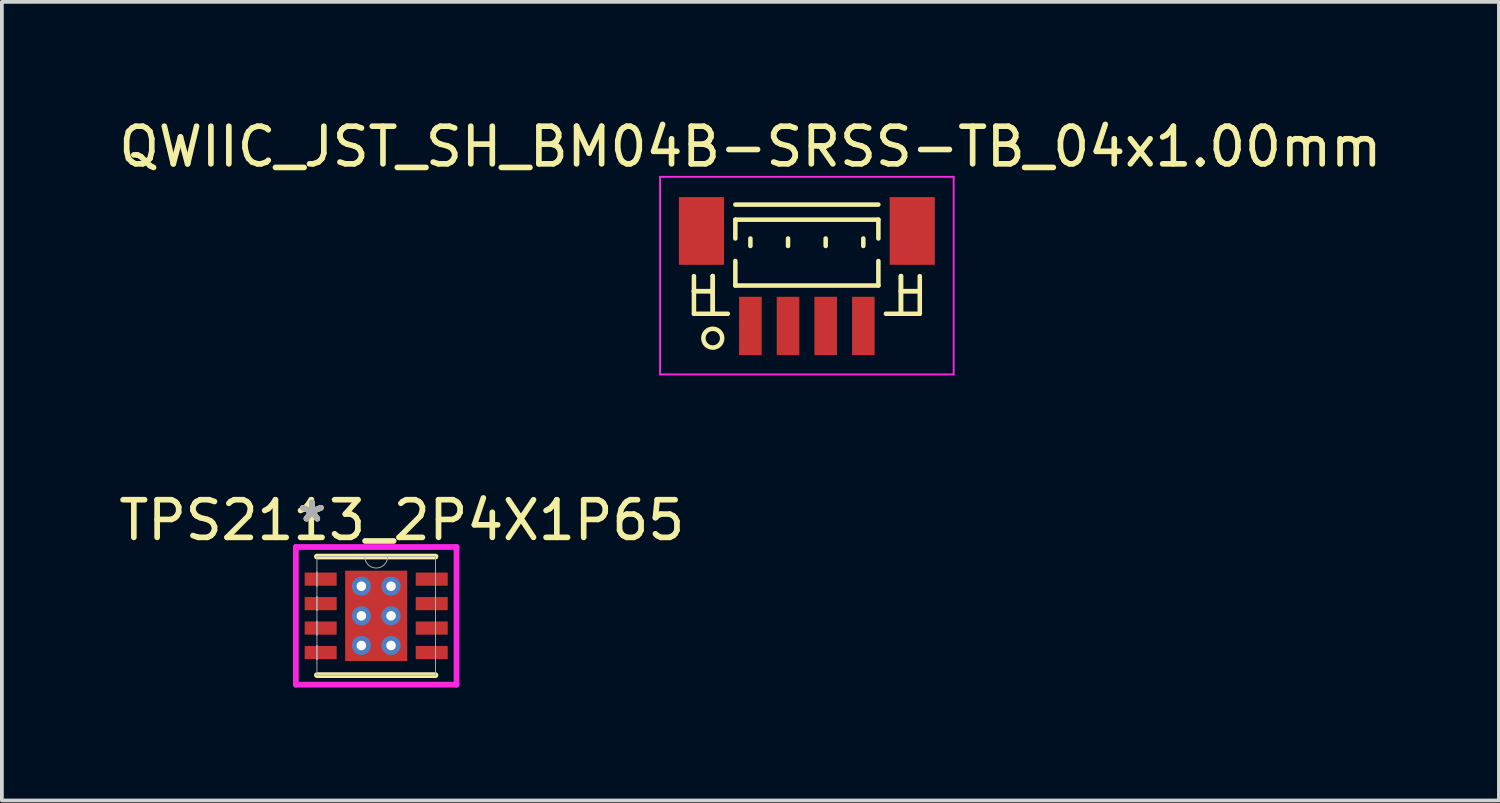
<source format=kicad_pcb>
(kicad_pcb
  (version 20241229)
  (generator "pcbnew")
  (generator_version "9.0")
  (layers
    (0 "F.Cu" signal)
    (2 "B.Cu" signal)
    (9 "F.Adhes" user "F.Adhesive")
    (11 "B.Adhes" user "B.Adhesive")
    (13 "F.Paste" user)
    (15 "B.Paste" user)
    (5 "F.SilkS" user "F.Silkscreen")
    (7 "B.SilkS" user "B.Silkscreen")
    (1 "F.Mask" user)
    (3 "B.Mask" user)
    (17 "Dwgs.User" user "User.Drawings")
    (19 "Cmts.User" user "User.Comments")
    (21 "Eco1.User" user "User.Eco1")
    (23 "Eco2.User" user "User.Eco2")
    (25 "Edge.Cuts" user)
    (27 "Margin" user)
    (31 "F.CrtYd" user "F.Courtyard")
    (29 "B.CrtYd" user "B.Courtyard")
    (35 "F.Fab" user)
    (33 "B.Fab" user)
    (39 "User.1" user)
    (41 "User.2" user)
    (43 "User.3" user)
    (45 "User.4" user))
  (footprint "TPS2113_2P4X1P65"
    (layer "F.Cu")
    (at 6.945 13.312)
    (property "Reference" "TPS2113_2P4X1P65" (at 0.68 -2.54 0) (unlocked yes) (layer "F.SilkS") (effects (font (size 1 1) (thickness 0.15))))
    (attr smd)
    (fp_poly (pts (xy -1.97 -1.22) (xy -1.97 -0.73) (xy -0.98 -0.73) (xy -0.98 -1.22)) (stroke (width 0) (type solid)) (fill yes) (layer "F.Mask"))
    (fp_poly (pts (xy -1.97 -0.57) (xy -1.97 -0.08) (xy -0.98 -0.08) (xy -0.98 -0.57)) (stroke (width 0) (type solid)) (fill yes) (layer "F.Mask"))
    (fp_poly (pts (xy -1.97 0.08) (xy -1.97 0.57) (xy -0.98 0.57) (xy -0.98 0.08)) (stroke (width 0) (type solid)) (fill yes) (layer "F.Mask"))
    (fp_poly (pts (xy -1.97 0.73) (xy -1.97 1.22) (xy -0.98 1.22) (xy -0.98 0.73)) (stroke (width 0) (type solid)) (fill yes) (layer "F.Mask"))
    (fp_poly (pts (xy -0.888 -1.264) (xy -0.594 -1.264) (xy -0.594 1.264) (xy -0.888 1.264)) (stroke (width 0) (type solid)) (fill yes) (layer "F.Mask"))
    (fp_poly (pts (xy -0.888 -1.264) (xy 0.888 -1.264) (xy 0.888 -0.987) (xy -0.888 -0.987)) (stroke (width 0) (type solid)) (fill yes) (layer "F.Mask"))
    (fp_poly (pts (xy -0.888 -0.587) (xy 0.888 -0.587) (xy 0.888 -0.2) (xy -0.888 -0.2)) (stroke (width 0) (type solid)) (fill yes) (layer "F.Mask"))
    (fp_poly (pts (xy -0.888 0.2) (xy 0.888 0.2) (xy 0.888 0.587) (xy -0.888 0.587)) (stroke (width 0) (type solid)) (fill yes) (layer "F.Mask"))
    (fp_poly (pts (xy -0.888 0.987) (xy 0.888 0.987) (xy 0.888 1.264) (xy -0.888 1.264)) (stroke (width 0) (type solid)) (fill yes) (layer "F.Mask"))
    (fp_poly (pts (xy 0.194 -1.264) (xy -0.194 -1.264) (xy -0.194 1.264) (xy 0.194 1.264)) (stroke (width 0) (type solid)) (fill yes) (layer "F.Mask"))
    (fp_poly (pts (xy 0.594 -1.264) (xy 0.888 -1.264) (xy 0.888 1.264) (xy 0.594 1.264)) (stroke (width 0) (type solid)) (fill yes) (layer "F.Mask"))
    (fp_poly (pts (xy 0.98 -1.22) (xy 0.98 -0.73) (xy 1.97 -0.73) (xy 1.97 -1.22)) (stroke (width 0) (type solid)) (fill yes) (layer "F.Mask"))
    (fp_poly (pts (xy 0.98 -0.57) (xy 0.98 -0.08) (xy 1.97 -0.08) (xy 1.97 -0.57)) (stroke (width 0) (type solid)) (fill yes) (layer "F.Mask"))
    (fp_poly (pts (xy 0.98 0.08) (xy 0.98 0.57) (xy 1.97 0.57) (xy 1.97 0.08)) (stroke (width 0) (type solid)) (fill yes) (layer "F.Mask"))
    (fp_poly (pts (xy 0.98 0.73) (xy 0.98 1.22) (xy 1.97 1.22) (xy 1.97 0.73)) (stroke (width 0) (type solid)) (fill yes) (layer "F.Mask"))
    (fp_line (start -1.575 1.575) (end 1.575 1.575) (stroke (width 0.152) (type solid)) (layer "F.SilkS"))
    (fp_line (start 1.575 -1.575) (end -1.575 -1.575) (stroke (width 0.152) (type solid)) (layer "F.SilkS"))
    (fp_poly (pts (xy -1.875 -1.125) (xy -1.875 -0.825) (xy -1.075 -0.825) (xy -1.075 -1.125)) (stroke (width 0) (type solid)) (fill yes) (layer "F.Paste"))
    (fp_poly (pts (xy -1.875 -0.475) (xy -1.875 -0.175) (xy -1.075 -0.175) (xy -1.075 -0.475)) (stroke (width 0) (type solid)) (fill yes) (layer "F.Paste"))
    (fp_poly (pts (xy -1.875 0.175) (xy -1.875 0.475) (xy -1.075 0.475) (xy -1.075 0.175)) (stroke (width 0) (type solid)) (fill yes) (layer "F.Paste"))
    (fp_poly (pts (xy -1.875 0.825) (xy -1.875 1.125) (xy -1.075 1.125) (xy -1.075 0.825)) (stroke (width 0) (type solid)) (fill yes) (layer "F.Paste"))
    (fp_poly (pts (xy 1.075 -1.125) (xy 1.075 -0.825) (xy 1.875 -0.825) (xy 1.875 -1.125)) (stroke (width 0) (type solid)) (fill yes) (layer "F.Paste"))
    (fp_poly (pts (xy 1.075 -0.475) (xy 1.075 -0.175) (xy 1.875 -0.175) (xy 1.875 -0.475)) (stroke (width 0) (type solid)) (fill yes) (layer "F.Paste"))
    (fp_poly (pts (xy 1.075 0.175) (xy 1.075 0.475) (xy 1.875 0.475) (xy 1.875 0.175)) (stroke (width 0) (type solid)) (fill yes) (layer "F.Paste"))
    (fp_poly (pts (xy 1.075 0.825) (xy 1.075 1.125) (xy 1.875 1.125) (xy 1.875 0.825)) (stroke (width 0) (type solid)) (fill yes) (layer "F.Paste"))
    (fp_poly (pts (xy -0.75 -1.125) (xy -0.75 -0.887) (xy -0.635 -0.887) (xy -0.494 -1.029) (xy -0.494 -1.125)) (stroke (width 0) (type solid)) (fill yes) (layer "F.Paste"))
    (fp_poly (pts (xy -0.75 0.887) (xy -0.75 1.125) (xy -0.494 1.125) (xy -0.494 1.029) (xy -0.635 0.887)) (stroke (width 0) (type solid)) (fill yes) (layer "F.Paste"))
    (fp_poly (pts (xy 0.494 -1.125) (xy 0.494 -1.029) (xy 0.635 -0.887) (xy 0.75 -0.887) (xy 0.75 -1.125)) (stroke (width 0) (type solid)) (fill yes) (layer "F.Paste"))
    (fp_poly (pts (xy 0.635 0.887) (xy 0.494 1.029) (xy 0.494 1.125) (xy 0.75 1.125) (xy 0.75 0.887)) (stroke (width 0) (type solid)) (fill yes) (layer "F.Paste"))
    (fp_poly (pts (xy -0.75 -0.687) (xy -0.75 -0.1) (xy -0.635 -0.1) (xy -0.494 -0.241) (xy -0.494 -0.546) (xy -0.635 -0.687)) (stroke (width 0) (type solid)) (fill yes) (layer "F.Paste"))
    (fp_poly (pts (xy -0.75 0.1) (xy -0.75 0.687) (xy -0.635 0.687) (xy -0.494 0.546) (xy -0.494 0.241) (xy -0.635 0.1)) (stroke (width 0) (type solid)) (fill yes) (layer "F.Paste"))
    (fp_poly (pts (xy -0.294 -1.125) (xy -0.294 -1.029) (xy -0.152 -0.887) (xy 0.152 -0.887) (xy 0.294 -1.029) (xy 0.294 -1.125)) (stroke (width 0) (type solid)) (fill yes) (layer "F.Paste"))
    (fp_poly (pts (xy -0.152 0.887) (xy -0.294 1.029) (xy -0.294 1.125) (xy 0.294 1.125) (xy 0.294 1.029) (xy 0.152 0.887)) (stroke (width 0) (type solid)) (fill yes) (layer "F.Paste"))
    (fp_poly (pts (xy 0.635 -0.687) (xy 0.494 -0.546) (xy 0.494 -0.241) (xy 0.635 -0.1) (xy 0.75 -0.1) (xy 0.75 -0.687)) (stroke (width 0) (type solid)) (fill yes) (layer "F.Paste"))
    (fp_poly (pts (xy 0.635 0.1) (xy 0.494 0.241) (xy 0.494 0.546) (xy 0.635 0.687) (xy 0.75 0.687) (xy 0.75 0.1)) (stroke (width 0) (type solid)) (fill yes) (layer "F.Paste"))
    (fp_poly (pts (xy -0.152 -0.687) (xy -0.294 -0.546) (xy -0.294 -0.241) (xy -0.152 -0.1) (xy 0.152 -0.1) (xy 0.294 -0.241) (xy 0.294 -0.546) (xy 0.152 -0.687)) (stroke (width 0) (type solid)) (fill yes) (layer "F.Paste"))
    (fp_poly (pts (xy -0.152 0.1) (xy -0.294 0.241) (xy -0.294 0.546) (xy -0.152 0.687) (xy 0.152 0.687) (xy 0.294 0.546) (xy 0.294 0.241) (xy 0.152 0.1)) (stroke (width 0) (type solid)) (fill yes) (layer "F.Paste"))
    (fp_line (start -2.134 -1.829) (end 2.134 -1.829) (stroke (width 0.152) (type solid)) (layer "F.CrtYd"))
    (fp_line (start -2.134 1.829) (end -2.134 -1.829) (stroke (width 0.152) (type solid)) (layer "F.CrtYd"))
    (fp_line (start 2.134 -1.829) (end 2.134 1.829) (stroke (width 0.152) (type solid)) (layer "F.CrtYd"))
    (fp_line (start 2.134 1.829) (end -2.134 1.829) (stroke (width 0.152) (type solid)) (layer "F.CrtYd"))
    (fp_line (start -1.575 -1.575) (end -1.575 1.575) (stroke (width 0.025) (type solid)) (layer "F.Fab"))
    (fp_line (start -1.575 -1.16) (end -1.575 -1.16) (stroke (width 0.025) (type solid)) (layer "F.Fab"))
    (fp_line (start -1.575 -1.16) (end -1.575 -0.79) (stroke (width 0.025) (type solid)) (layer "F.Fab"))
    (fp_line (start -1.575 -0.79) (end -1.575 -1.16) (stroke (width 0.025) (type solid)) (layer "F.Fab"))
    (fp_line (start -1.575 -0.79) (end -1.575 -0.79) (stroke (width 0.025) (type solid)) (layer "F.Fab"))
    (fp_line (start -1.575 -0.51) (end -1.575 -0.51) (stroke (width 0.025) (type solid)) (layer "F.Fab"))
    (fp_line (start -1.575 -0.51) (end -1.575 -0.14) (stroke (width 0.025) (type solid)) (layer "F.Fab"))
    (fp_line (start -1.575 -0.14) (end -1.575 -0.51) (stroke (width 0.025) (type solid)) (layer "F.Fab"))
    (fp_line (start -1.575 -0.14) (end -1.575 -0.14) (stroke (width 0.025) (type solid)) (layer "F.Fab"))
    (fp_line (start -1.575 0.14) (end -1.575 0.14) (stroke (width 0.025) (type solid)) (layer "F.Fab"))
    (fp_line (start -1.575 0.14) (end -1.575 0.51) (stroke (width 0.025) (type solid)) (layer "F.Fab"))
    (fp_line (start -1.575 0.51) (end -1.575 0.14) (stroke (width 0.025) (type solid)) (layer "F.Fab"))
    (fp_line (start -1.575 0.51) (end -1.575 0.51) (stroke (width 0.025) (type solid)) (layer "F.Fab"))
    (fp_line (start -1.575 0.79) (end -1.575 0.79) (stroke (width 0.025) (type solid)) (layer "F.Fab"))
    (fp_line (start -1.575 0.79) (end -1.575 1.16) (stroke (width 0.025) (type solid)) (layer "F.Fab"))
    (fp_line (start -1.575 1.16) (end -1.575 0.79) (stroke (width 0.025) (type solid)) (layer "F.Fab"))
    (fp_line (start -1.575 1.16) (end -1.575 1.16) (stroke (width 0.025) (type solid)) (layer "F.Fab"))
    (fp_line (start -1.575 1.575) (end 1.575 1.575) (stroke (width 0.025) (type solid)) (layer "F.Fab"))
    (fp_line (start 1.575 -1.575) (end -1.575 -1.575) (stroke (width 0.025) (type solid)) (layer "F.Fab"))
    (fp_line (start 1.575 -1.16) (end 1.575 -1.16) (stroke (width 0.025) (type solid)) (layer "F.Fab"))
    (fp_line (start 1.575 -1.16) (end 1.575 -0.79) (stroke (width 0.025) (type solid)) (layer "F.Fab"))
    (fp_line (start 1.575 -0.79) (end 1.575 -1.16) (stroke (width 0.025) (type solid)) (layer "F.Fab"))
    (fp_line (start 1.575 -0.79) (end 1.575 -0.79) (stroke (width 0.025) (type solid)) (layer "F.Fab"))
    (fp_line (start 1.575 -0.51) (end 1.575 -0.51) (stroke (width 0.025) (type solid)) (layer "F.Fab"))
    (fp_line (start 1.575 -0.51) (end 1.575 -0.14) (stroke (width 0.025) (type solid)) (layer "F.Fab"))
    (fp_line (start 1.575 -0.14) (end 1.575 -0.51) (stroke (width 0.025) (type solid)) (layer "F.Fab"))
    (fp_line (start 1.575 -0.14) (end 1.575 -0.14) (stroke (width 0.025) (type solid)) (layer "F.Fab"))
    (fp_line (start 1.575 0.14) (end 1.575 0.14) (stroke (width 0.025) (type solid)) (layer "F.Fab"))
    (fp_line (start 1.575 0.14) (end 1.575 0.51) (stroke (width 0.025) (type solid)) (layer "F.Fab"))
    (fp_line (start 1.575 0.51) (end 1.575 0.14) (stroke (width 0.025) (type solid)) (layer "F.Fab"))
    (fp_line (start 1.575 0.51) (end 1.575 0.51) (stroke (width 0.025) (type solid)) (layer "F.Fab"))
    (fp_line (start 1.575 0.79) (end 1.575 0.79) (stroke (width 0.025) (type solid)) (layer "F.Fab"))
    (fp_line (start 1.575 0.79) (end 1.575 1.16) (stroke (width 0.025) (type solid)) (layer "F.Fab"))
    (fp_line (start 1.575 1.16) (end 1.575 0.79) (stroke (width 0.025) (type solid)) (layer "F.Fab"))
    (fp_line (start 1.575 1.16) (end 1.575 1.16) (stroke (width 0.025) (type solid)) (layer "F.Fab"))
    (fp_line (start 1.575 1.575) (end 1.575 -1.575) (stroke (width 0.025) (type solid)) (layer "F.Fab"))
    (fp_arc (start 0.3048 -1.574999) (mid 0 -1.270199) (end -0.3048 -1.574999) (stroke (width 0.0254) (type solid)) (layer "F.Fab"))
    (fp_text user "*" (at -1.709 -2.468 0) (layer "F.SilkS") (effects (font (size 1 1) (thickness 0.15))))
    (fp_text user "*" (at -1.709 -2.468 0) (unlocked yes) (layer "F.SilkS") (effects (font (size 1 1) (thickness 0.15))))
    (fp_text user "*" (at -1.709 -2.468 0) (layer "F.Fab") (effects (font (size 1 1) (thickness 0.15))))
    (fp_text user "*" (at -1.709 -2.468 0) (unlocked yes) (layer "F.Fab") (effects (font (size 1 1) (thickness 0.15))))
    (pad "1" smd rect (at -1.475 -0.975) (size 0.85 0.35) (layers "F.Cu" "F.Mask"))
    (pad "2" smd rect (at -1.475 -0.325) (size 0.85 0.35) (layers "F.Cu" "F.Mask"))
    (pad "3" smd rect (at -1.475 0.325) (size 0.85 0.35) (layers "F.Cu" "F.Mask"))
    (pad "4" smd rect (at -1.475 0.975) (size 0.85 0.35) (layers "F.Cu" "F.Mask"))
    (pad "5" smd rect (at 1.475 0.975) (size 0.85 0.35) (layers "F.Cu" "F.Mask"))
    (pad "6" smd rect (at 1.475 0.325) (size 0.85 0.35) (layers "F.Cu" "F.Mask"))
    (pad "7" smd rect (at 1.475 -0.325) (size 0.85 0.35) (layers "F.Cu" "F.Mask"))
    (pad "8" smd rect (at 1.475 -0.975) (size 0.85 0.35) (layers "F.Cu" "F.Mask"))
    (pad "9" smd rect (at 0 0) (size 1.65 2.4) (layers "F.Cu"))
    (pad "V" thru_hole circle (at -0.394 -0.787) (size 0.508 0.508) (drill 0.254) (layers "*.Cu" "*.Mask"))
    (pad "V" thru_hole circle (at -0.394 0) (size 0.508 0.508) (drill 0.254) (layers "*.Cu" "*.Mask"))
    (pad "V" thru_hole circle (at -0.394 0.787) (size 0.508 0.508) (drill 0.254) (layers "*.Cu" "*.Mask"))
    (pad "V" thru_hole circle (at 0.394 -0.787) (size 0.508 0.508) (drill 0.254) (layers "*.Cu" "*.Mask"))
    (pad "V" thru_hole circle (at 0.394 0) (size 0.508 0.508) (drill 0.254) (layers "*.Cu" "*.Mask"))
    (pad "V" thru_hole circle (at 0.394 0.787) (size 0.508 0.508) (drill 0.254) (layers "*.Cu" "*.Mask")))
  (footprint "QWIIC_JST_SH_BM04B-SRSS-TB_04x1.00mm"
    (layer "F.Cu")
    (at 18.387 4.348)
    (property "Reference" "QWIIC_JST_SH_BM04B-SRSS-TB_04x1.00mm" (at -1.5 -3.5 0) (layer "F.SilkS") (effects (font (size 1 1) (thickness 0.15))))
    (attr smd)
    (fp_line (start -3 -0.062) (end -3 0.938) (stroke (width 0.12) (type solid)) (layer "F.SilkS"))
    (fp_line (start -3 0.338) (end -3 0.338) (stroke (width 0.12) (type solid)) (layer "F.SilkS"))
    (fp_line (start -3 0.338) (end -2.5 0.338) (stroke (width 0.12) (type solid)) (layer "F.SilkS"))
    (fp_line (start -3 0.938) (end -2.1 0.938) (stroke (width 0.12) (type solid)) (layer "F.SilkS"))
    (fp_line (start -2.5 -0.062) (end -2.5 -0.062) (stroke (width 0.12) (type solid)) (layer "F.SilkS"))
    (fp_line (start -2.5 -0.062) (end -2.5 0.938) (stroke (width 0.12) (type solid)) (layer "F.SilkS"))
    (fp_line (start -2.5 0.338) (end -3 0.338) (stroke (width 0.12) (type solid)) (layer "F.SilkS"))
    (fp_line (start -2.5 0.338) (end -2.5 0.338) (stroke (width 0.12) (type solid)) (layer "F.SilkS"))
    (fp_line (start -2.5 0.938) (end -2.5 -0.062) (stroke (width 0.12) (type solid)) (layer "F.SilkS"))
    (fp_line (start -2.5 0.938) (end -2.5 0.938) (stroke (width 0.12) (type solid)) (layer "F.SilkS"))
    (fp_line (start -1.9 -1.962) (end 1.9 -1.962) (stroke (width 0.12) (type solid)) (layer "F.SilkS"))
    (fp_line (start -1.9 -1.562) (end 1.9 -1.562) (stroke (width 0.12) (type solid)) (layer "F.SilkS"))
    (fp_line (start -1.9 -1.062) (end -1.9 -1.562) (stroke (width 0.12) (type solid)) (layer "F.SilkS"))
    (fp_line (start -1.9 -0.463) (end -1.9 0.188) (stroke (width 0.12) (type solid)) (layer "F.SilkS"))
    (fp_line (start -1.9 0.188) (end 1.9 0.188) (stroke (width 0.12) (type solid)) (layer "F.SilkS"))
    (fp_line (start -1.5 -1.062) (end -1.5 -0.863) (stroke (width 0.12) (type solid)) (layer "F.SilkS"))
    (fp_line (start -0.5 -1.062) (end -0.5 -0.863) (stroke (width 0.12) (type solid)) (layer "F.SilkS"))
    (fp_line (start 0.5 -1.062) (end 0.5 -0.863) (stroke (width 0.12) (type solid)) (layer "F.SilkS"))
    (fp_line (start 1.5 -1.062) (end 1.5 -0.863) (stroke (width 0.12) (type solid)) (layer "F.SilkS"))
    (fp_line (start 1.9 -1.562) (end 1.9 -1.062) (stroke (width 0.12) (type solid)) (layer "F.SilkS"))
    (fp_line (start 1.9 0.188) (end 1.9 -0.463) (stroke (width 0.12) (type solid)) (layer "F.SilkS"))
    (fp_line (start 2.5 -0.062) (end 2.5 -0.062) (stroke (width 0.12) (type solid)) (layer "F.SilkS"))
    (fp_line (start 2.5 -0.062) (end 2.5 0.938) (stroke (width 0.12) (type solid)) (layer "F.SilkS"))
    (fp_line (start 2.5 0.338) (end 2.5 0.338) (stroke (width 0.12) (type solid)) (layer "F.SilkS"))
    (fp_line (start 2.5 0.338) (end 3 0.338) (stroke (width 0.12) (type solid)) (layer "F.SilkS"))
    (fp_line (start 2.5 0.938) (end 2.5 -0.062) (stroke (width 0.12) (type solid)) (layer "F.SilkS"))
    (fp_line (start 2.5 0.938) (end 2.5 0.938) (stroke (width 0.12) (type solid)) (layer "F.SilkS"))
    (fp_line (start 3 -0.062) (end 3 0.938) (stroke (width 0.12) (type solid)) (layer "F.SilkS"))
    (fp_line (start 3 0.338) (end 2.5 0.338) (stroke (width 0.12) (type solid)) (layer "F.SilkS"))
    (fp_line (start 3 0.338) (end 3 0.338) (stroke (width 0.12) (type solid)) (layer "F.SilkS"))
    (fp_line (start 3 0.938) (end 2.1 0.938) (stroke (width 0.12) (type solid)) (layer "F.SilkS"))
    (fp_circle (center -2.5 1.587) (end -2.25 1.587) (stroke (width 0.12) (type solid)) (fill no) (layer "F.SilkS"))
    (fp_line (start -3.9 -2.7) (end 3.9 -2.7) (stroke (width 0.05) (type solid)) (layer "F.CrtYd"))
    (fp_line (start -3.9 2.55) (end -3.9 -2.7) (stroke (width 0.05) (type solid)) (layer "F.CrtYd"))
    (fp_line (start 3.9 -2.7) (end 3.9 2.55) (stroke (width 0.05) (type solid)) (layer "F.CrtYd"))
    (fp_line (start 3.9 2.55) (end -3.9 2.55) (stroke (width 0.05) (type solid)) (layer "F.CrtYd"))
    (pad "" smd rect (at -2.8 -1.262) (size 1.2 1.8) (layers "F.Cu" "F.Mask" "F.Paste"))
    (pad "" smd rect (at 2.8 -1.262) (size 1.2 1.8) (layers "F.Cu" "F.Mask" "F.Paste"))
    (pad "1" smd rect (at -1.5 1.262) (size 0.6 1.55) (layers "F.Cu" "F.Mask" "F.Paste"))
    (pad "2" smd rect (at -0.5 1.262) (size 0.6 1.55) (layers "F.Cu" "F.Mask" "F.Paste"))
    (pad "3" smd rect (at 0.5 1.262) (size 0.6 1.55) (layers "F.Cu" "F.Mask" "F.Paste"))
    (pad "4" smd rect (at 1.5 1.262) (size 0.6 1.55) (layers "F.Cu" "F.Mask" "F.Paste")))
  (gr_rect
    (start -3 -3)
    (end 36.774 18.217)
    (stroke (width 0.1) (type default))
    (fill no)
    (layer "Edge.Cuts")))
</source>
